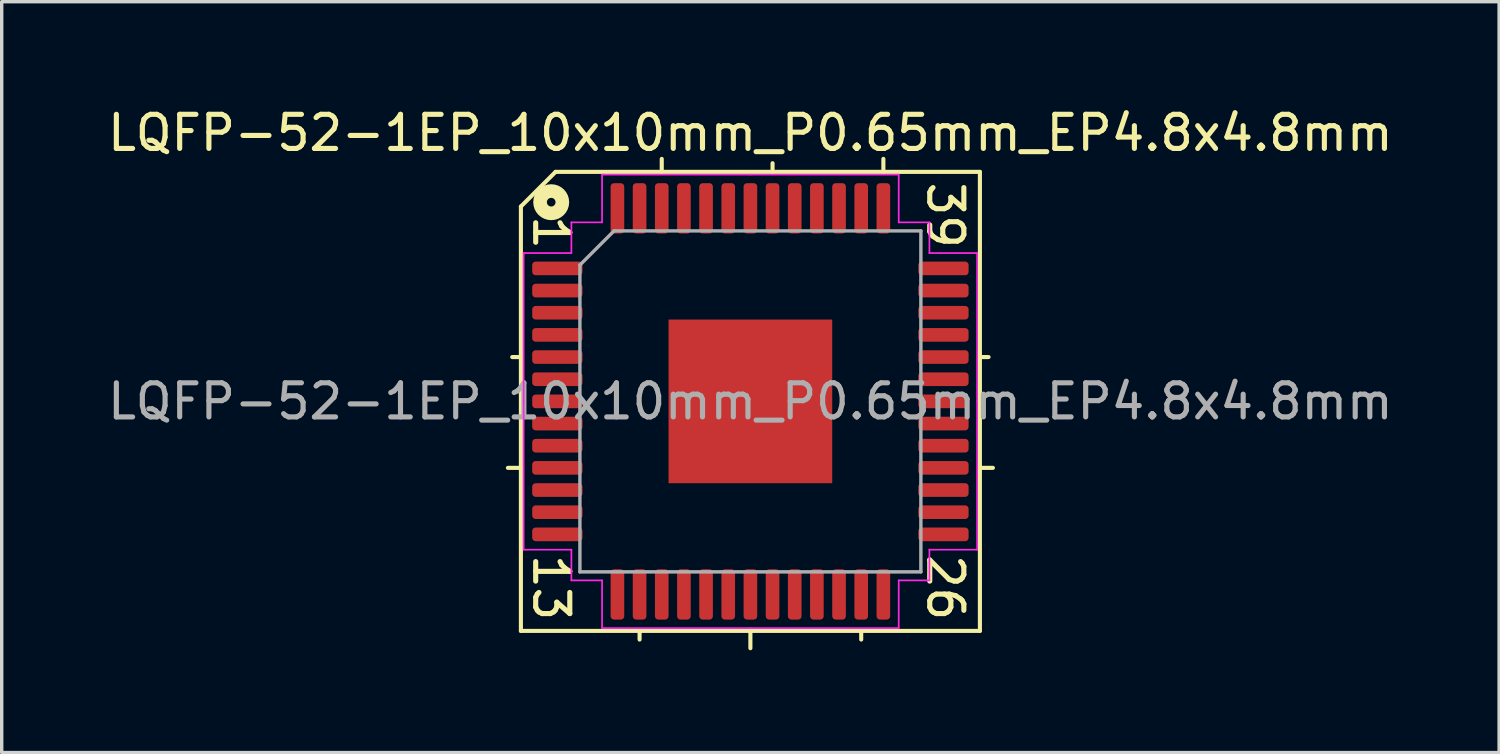
<source format=kicad_pcb>
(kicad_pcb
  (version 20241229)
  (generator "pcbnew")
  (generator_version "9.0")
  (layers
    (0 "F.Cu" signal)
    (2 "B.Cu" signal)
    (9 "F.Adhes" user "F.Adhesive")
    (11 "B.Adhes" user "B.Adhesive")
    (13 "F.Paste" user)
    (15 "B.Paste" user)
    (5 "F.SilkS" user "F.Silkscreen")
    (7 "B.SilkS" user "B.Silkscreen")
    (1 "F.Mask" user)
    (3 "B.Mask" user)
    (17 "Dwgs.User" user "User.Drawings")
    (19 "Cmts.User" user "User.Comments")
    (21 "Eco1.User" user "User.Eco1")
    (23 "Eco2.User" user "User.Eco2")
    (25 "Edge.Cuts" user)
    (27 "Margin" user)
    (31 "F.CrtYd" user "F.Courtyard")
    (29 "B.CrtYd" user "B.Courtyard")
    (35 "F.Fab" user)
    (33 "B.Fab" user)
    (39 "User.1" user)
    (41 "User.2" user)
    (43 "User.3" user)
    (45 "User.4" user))
  (footprint "LQFP-52-1EP_10x10mm_P0.65mm_EP4.8x4.8mm"
    (layer "F.Cu")
    (at 18.958 8.722)
    (property "Reference" "LQFP-52-1EP_10x10mm_P0.65mm_EP4.8x4.8mm" (at 0 -7.874 0) (layer "F.SilkS") (effects (font (size 1 1) (thickness 0.15))))
    (attr smd)
    (fp_line (start -6.731 -5.715) (end -6.731 6.731) (stroke (width 0.12) (type solid)) (layer "F.SilkS"))
    (fp_line (start -6.731 -1.3) (end -6.985 -1.3) (stroke (width 0.12) (type solid)) (layer "F.SilkS"))
    (fp_line (start -6.731 1.95) (end -7.112 1.95) (stroke (width 0.12) (type solid)) (layer "F.SilkS"))
    (fp_line (start -6.731 6.731) (end 6.731 6.731) (stroke (width 0.12) (type solid)) (layer "F.SilkS"))
    (fp_line (start -5.715 -6.731) (end -6.731 -5.715) (stroke (width 0.12) (type solid)) (layer "F.SilkS"))
    (fp_line (start -3.25 6.731) (end -3.25 6.985) (stroke (width 0.12) (type solid)) (layer "F.SilkS"))
    (fp_line (start -2.6 -6.731) (end -2.6 -7.112) (stroke (width 0.12) (type solid)) (layer "F.SilkS"))
    (fp_line (start 0 6.731) (end 0 7.239) (stroke (width 0.12) (type solid)) (layer "F.SilkS"))
    (fp_line (start 0.65 -6.731) (end 0.65 -6.985) (stroke (width 0.12) (type solid)) (layer "F.SilkS"))
    (fp_line (start 3.25 6.731) (end 3.25 6.985) (stroke (width 0.12) (type solid)) (layer "F.SilkS"))
    (fp_line (start 3.9 -6.731) (end 3.9 -7.112) (stroke (width 0.12) (type solid)) (layer "F.SilkS"))
    (fp_line (start 6.731 -6.731) (end -5.715 -6.731) (stroke (width 0.12) (type solid)) (layer "F.SilkS"))
    (fp_line (start 6.731 -1.3) (end 6.985 -1.3) (stroke (width 0.12) (type solid)) (layer "F.SilkS"))
    (fp_line (start 6.731 1.95) (end 7.112 1.95) (stroke (width 0.12) (type solid)) (layer "F.SilkS"))
    (fp_line (start 6.731 6.731) (end 6.731 -6.731) (stroke (width 0.12) (type solid)) (layer "F.SilkS"))
    (fp_circle (center -5.842 -5.842) (end -5.715 -5.842) (stroke (width 0.4) (type solid)) (fill no) (layer "F.SilkS"))
    (fp_line (start -6.65 -4.35) (end -6.65 0) (stroke (width 0.05) (type solid)) (layer "F.CrtYd"))
    (fp_line (start -6.65 4.35) (end -6.65 0) (stroke (width 0.05) (type solid)) (layer "F.CrtYd"))
    (fp_line (start -5.25 -5.25) (end -5.25 -4.35) (stroke (width 0.05) (type solid)) (layer "F.CrtYd"))
    (fp_line (start -5.25 -4.35) (end -6.65 -4.35) (stroke (width 0.05) (type solid)) (layer "F.CrtYd"))
    (fp_line (start -5.25 4.35) (end -6.65 4.35) (stroke (width 0.05) (type solid)) (layer "F.CrtYd"))
    (fp_line (start -5.25 5.25) (end -5.25 4.35) (stroke (width 0.05) (type solid)) (layer "F.CrtYd"))
    (fp_line (start -4.35 -6.65) (end -4.35 -5.25) (stroke (width 0.05) (type solid)) (layer "F.CrtYd"))
    (fp_line (start -4.35 -5.25) (end -5.25 -5.25) (stroke (width 0.05) (type solid)) (layer "F.CrtYd"))
    (fp_line (start -4.35 5.25) (end -5.25 5.25) (stroke (width 0.05) (type solid)) (layer "F.CrtYd"))
    (fp_line (start -4.35 6.65) (end -4.35 5.25) (stroke (width 0.05) (type solid)) (layer "F.CrtYd"))
    (fp_line (start 0 -6.65) (end -4.35 -6.65) (stroke (width 0.05) (type solid)) (layer "F.CrtYd"))
    (fp_line (start 0 -6.65) (end 4.35 -6.65) (stroke (width 0.05) (type solid)) (layer "F.CrtYd"))
    (fp_line (start 0 6.65) (end -4.35 6.65) (stroke (width 0.05) (type solid)) (layer "F.CrtYd"))
    (fp_line (start 0 6.65) (end 4.35 6.65) (stroke (width 0.05) (type solid)) (layer "F.CrtYd"))
    (fp_line (start 4.35 -6.65) (end 4.35 -5.25) (stroke (width 0.05) (type solid)) (layer "F.CrtYd"))
    (fp_line (start 4.35 -5.25) (end 5.25 -5.25) (stroke (width 0.05) (type solid)) (layer "F.CrtYd"))
    (fp_line (start 4.35 5.25) (end 5.25 5.25) (stroke (width 0.05) (type solid)) (layer "F.CrtYd"))
    (fp_line (start 4.35 6.65) (end 4.35 5.25) (stroke (width 0.05) (type solid)) (layer "F.CrtYd"))
    (fp_line (start 5.25 -5.25) (end 5.25 -4.35) (stroke (width 0.05) (type solid)) (layer "F.CrtYd"))
    (fp_line (start 5.25 -4.35) (end 6.65 -4.35) (stroke (width 0.05) (type solid)) (layer "F.CrtYd"))
    (fp_line (start 5.25 4.35) (end 6.65 4.35) (stroke (width 0.05) (type solid)) (layer "F.CrtYd"))
    (fp_line (start 5.25 5.25) (end 5.25 4.35) (stroke (width 0.05) (type solid)) (layer "F.CrtYd"))
    (fp_line (start 6.65 -4.35) (end 6.65 0) (stroke (width 0.05) (type solid)) (layer "F.CrtYd"))
    (fp_line (start 6.65 4.35) (end 6.65 0) (stroke (width 0.05) (type solid)) (layer "F.CrtYd"))
    (fp_line (start -5 -4) (end -4 -5) (stroke (width 0.1) (type solid)) (layer "F.Fab"))
    (fp_line (start -5 5) (end -5 -4) (stroke (width 0.1) (type solid)) (layer "F.Fab"))
    (fp_line (start -4 -5) (end 5 -5) (stroke (width 0.1) (type solid)) (layer "F.Fab"))
    (fp_line (start 5 -5) (end 5 5) (stroke (width 0.1) (type solid)) (layer "F.Fab"))
    (fp_line (start 5 5) (end -5 5) (stroke (width 0.1) (type solid)) (layer "F.Fab"))
    (fp_text user "26" (at 5.715 5.461 270) (unlocked yes) (layer "F.SilkS") (effects (font (size 1 1) (thickness 0.15))))
    (fp_text user "13" (at -5.842 5.461 270) (unlocked yes) (layer "F.SilkS") (effects (font (size 1 1) (thickness 0.15))))
    (fp_text user "39" (at 5.715 -5.461 270) (unlocked yes) (layer "F.SilkS") (effects (font (size 1 1) (thickness 0.15))))
    (fp_text user "1" (at -5.842 -4.953 270) (unlocked yes) (layer "F.SilkS") (effects (font (size 1 1) (thickness 0.15))))
    (fp_text user "${REFERENCE}" (at 0 0 0) (layer "F.Fab") (effects (font (size 1 1) (thickness 0.15))))
    (pad "" smd roundrect (at -1.6 -1.6) (size 1.29 1.29) (layers "F.Paste") (roundrect_rratio 0.194))
    (pad "" smd roundrect (at -1.6 0) (size 1.29 1.29) (layers "F.Paste") (roundrect_rratio 0.194))
    (pad "" smd roundrect (at -1.6 1.6) (size 1.29 1.29) (layers "F.Paste") (roundrect_rratio 0.194))
    (pad "" smd roundrect (at 0 -1.6) (size 1.29 1.29) (layers "F.Paste") (roundrect_rratio 0.194))
    (pad "" smd roundrect (at 0 0) (size 1.29 1.29) (layers "F.Paste") (roundrect_rratio 0.194))
    (pad "" smd roundrect (at 0 1.6) (size 1.29 1.29) (layers "F.Paste") (roundrect_rratio 0.194))
    (pad "" smd roundrect (at 1.6 -1.6) (size 1.29 1.29) (layers "F.Paste") (roundrect_rratio 0.194))
    (pad "" smd roundrect (at 1.6 0) (size 1.29 1.29) (layers "F.Paste") (roundrect_rratio 0.194))
    (pad "" smd roundrect (at 1.6 1.6) (size 1.29 1.29) (layers "F.Paste") (roundrect_rratio 0.194))
    (pad "1" smd roundrect (at -5.662 -3.9) (size 1.475 0.4) (layers "F.Cu" "F.Mask" "F.Paste") (roundrect_rratio 0.25))
    (pad "2" smd roundrect (at -5.662 -3.25) (size 1.475 0.4) (layers "F.Cu" "F.Mask" "F.Paste") (roundrect_rratio 0.25))
    (pad "3" smd roundrect (at -5.662 -2.6) (size 1.475 0.4) (layers "F.Cu" "F.Mask" "F.Paste") (roundrect_rratio 0.25))
    (pad "4" smd roundrect (at -5.662 -1.95) (size 1.475 0.4) (layers "F.Cu" "F.Mask" "F.Paste") (roundrect_rratio 0.25))
    (pad "5" smd roundrect (at -5.662 -1.3) (size 1.475 0.4) (layers "F.Cu" "F.Mask" "F.Paste") (roundrect_rratio 0.25))
    (pad "6" smd roundrect (at -5.662 -0.65) (size 1.475 0.4) (layers "F.Cu" "F.Mask" "F.Paste") (roundrect_rratio 0.25))
    (pad "7" smd roundrect (at -5.662 0) (size 1.475 0.4) (layers "F.Cu" "F.Mask" "F.Paste") (roundrect_rratio 0.25))
    (pad "8" smd roundrect (at -5.662 0.65) (size 1.475 0.4) (layers "F.Cu" "F.Mask" "F.Paste") (roundrect_rratio 0.25))
    (pad "9" smd roundrect (at -5.662 1.3) (size 1.475 0.4) (layers "F.Cu" "F.Mask" "F.Paste") (roundrect_rratio 0.25))
    (pad "10" smd roundrect (at -5.662 1.95) (size 1.475 0.4) (layers "F.Cu" "F.Mask" "F.Paste") (roundrect_rratio 0.25))
    (pad "11" smd roundrect (at -5.662 2.6) (size 1.475 0.4) (layers "F.Cu" "F.Mask" "F.Paste") (roundrect_rratio 0.25))
    (pad "12" smd roundrect (at -5.662 3.25) (size 1.475 0.4) (layers "F.Cu" "F.Mask" "F.Paste") (roundrect_rratio 0.25))
    (pad "13" smd roundrect (at -5.662 3.9) (size 1.475 0.4) (layers "F.Cu" "F.Mask" "F.Paste") (roundrect_rratio 0.25))
    (pad "14" smd roundrect (at -3.9 5.662) (size 0.4 1.475) (layers "F.Cu" "F.Mask" "F.Paste") (roundrect_rratio 0.25))
    (pad "15" smd roundrect (at -3.25 5.662) (size 0.4 1.475) (layers "F.Cu" "F.Mask" "F.Paste") (roundrect_rratio 0.25))
    (pad "16" smd roundrect (at -2.6 5.662) (size 0.4 1.475) (layers "F.Cu" "F.Mask" "F.Paste") (roundrect_rratio 0.25))
    (pad "17" smd roundrect (at -1.95 5.662) (size 0.4 1.475) (layers "F.Cu" "F.Mask" "F.Paste") (roundrect_rratio 0.25))
    (pad "18" smd roundrect (at -1.3 5.662) (size 0.4 1.475) (layers "F.Cu" "F.Mask" "F.Paste") (roundrect_rratio 0.25))
    (pad "19" smd roundrect (at -0.65 5.662) (size 0.4 1.475) (layers "F.Cu" "F.Mask" "F.Paste") (roundrect_rratio 0.25))
    (pad "20" smd roundrect (at 0 5.662) (size 0.4 1.475) (layers "F.Cu" "F.Mask" "F.Paste") (roundrect_rratio 0.25))
    (pad "21" smd roundrect (at 0.65 5.662) (size 0.4 1.475) (layers "F.Cu" "F.Mask" "F.Paste") (roundrect_rratio 0.25))
    (pad "22" smd roundrect (at 1.3 5.662) (size 0.4 1.475) (layers "F.Cu" "F.Mask" "F.Paste") (roundrect_rratio 0.25))
    (pad "23" smd roundrect (at 1.95 5.662) (size 0.4 1.475) (layers "F.Cu" "F.Mask" "F.Paste") (roundrect_rratio 0.25))
    (pad "24" smd roundrect (at 2.6 5.662) (size 0.4 1.475) (layers "F.Cu" "F.Mask" "F.Paste") (roundrect_rratio 0.25))
    (pad "25" smd roundrect (at 3.25 5.662) (size 0.4 1.475) (layers "F.Cu" "F.Mask" "F.Paste") (roundrect_rratio 0.25))
    (pad "26" smd roundrect (at 3.9 5.662) (size 0.4 1.475) (layers "F.Cu" "F.Mask" "F.Paste") (roundrect_rratio 0.25))
    (pad "27" smd roundrect (at 5.662 3.9) (size 1.475 0.4) (layers "F.Cu" "F.Mask" "F.Paste") (roundrect_rratio 0.25))
    (pad "28" smd roundrect (at 5.662 3.25) (size 1.475 0.4) (layers "F.Cu" "F.Mask" "F.Paste") (roundrect_rratio 0.25))
    (pad "29" smd roundrect (at 5.662 2.6) (size 1.475 0.4) (layers "F.Cu" "F.Mask" "F.Paste") (roundrect_rratio 0.25))
    (pad "30" smd roundrect (at 5.662 1.95) (size 1.475 0.4) (layers "F.Cu" "F.Mask" "F.Paste") (roundrect_rratio 0.25))
    (pad "31" smd roundrect (at 5.662 1.3) (size 1.475 0.4) (layers "F.Cu" "F.Mask" "F.Paste") (roundrect_rratio 0.25))
    (pad "32" smd roundrect (at 5.662 0.65) (size 1.475 0.4) (layers "F.Cu" "F.Mask" "F.Paste") (roundrect_rratio 0.25))
    (pad "33" smd roundrect (at 5.662 0) (size 1.475 0.4) (layers "F.Cu" "F.Mask" "F.Paste") (roundrect_rratio 0.25))
    (pad "34" smd roundrect (at 5.662 -0.65) (size 1.475 0.4) (layers "F.Cu" "F.Mask" "F.Paste") (roundrect_rratio 0.25))
    (pad "35" smd roundrect (at 5.662 -1.3) (size 1.475 0.4) (layers "F.Cu" "F.Mask" "F.Paste") (roundrect_rratio 0.25))
    (pad "36" smd roundrect (at 5.662 -1.95) (size 1.475 0.4) (layers "F.Cu" "F.Mask" "F.Paste") (roundrect_rratio 0.25))
    (pad "37" smd roundrect (at 5.662 -2.6) (size 1.475 0.4) (layers "F.Cu" "F.Mask" "F.Paste") (roundrect_rratio 0.25))
    (pad "38" smd roundrect (at 5.662 -3.25) (size 1.475 0.4) (layers "F.Cu" "F.Mask" "F.Paste") (roundrect_rratio 0.25))
    (pad "39" smd roundrect (at 5.662 -3.9) (size 1.475 0.4) (layers "F.Cu" "F.Mask" "F.Paste") (roundrect_rratio 0.25))
    (pad "40" smd roundrect (at 3.9 -5.662) (size 0.4 1.475) (layers "F.Cu" "F.Mask" "F.Paste") (roundrect_rratio 0.25))
    (pad "41" smd roundrect (at 3.25 -5.662) (size 0.4 1.475) (layers "F.Cu" "F.Mask" "F.Paste") (roundrect_rratio 0.25))
    (pad "42" smd roundrect (at 2.6 -5.662) (size 0.4 1.475) (layers "F.Cu" "F.Mask" "F.Paste") (roundrect_rratio 0.25))
    (pad "43" smd roundrect (at 1.95 -5.662) (size 0.4 1.475) (layers "F.Cu" "F.Mask" "F.Paste") (roundrect_rratio 0.25))
    (pad "44" smd roundrect (at 1.3 -5.662) (size 0.4 1.475) (layers "F.Cu" "F.Mask" "F.Paste") (roundrect_rratio 0.25))
    (pad "45" smd roundrect (at 0.65 -5.662) (size 0.4 1.475) (layers "F.Cu" "F.Mask" "F.Paste") (roundrect_rratio 0.25))
    (pad "46" smd roundrect (at 0 -5.662) (size 0.4 1.475) (layers "F.Cu" "F.Mask" "F.Paste") (roundrect_rratio 0.25))
    (pad "47" smd roundrect (at -0.65 -5.662) (size 0.4 1.475) (layers "F.Cu" "F.Mask" "F.Paste") (roundrect_rratio 0.25))
    (pad "48" smd roundrect (at -1.3 -5.662) (size 0.4 1.475) (layers "F.Cu" "F.Mask" "F.Paste") (roundrect_rratio 0.25))
    (pad "49" smd roundrect (at -1.95 -5.662) (size 0.4 1.475) (layers "F.Cu" "F.Mask" "F.Paste") (roundrect_rratio 0.25))
    (pad "50" smd roundrect (at -2.6 -5.662) (size 0.4 1.475) (layers "F.Cu" "F.Mask" "F.Paste") (roundrect_rratio 0.25))
    (pad "51" smd roundrect (at -3.25 -5.662) (size 0.4 1.475) (layers "F.Cu" "F.Mask" "F.Paste") (roundrect_rratio 0.25))
    (pad "52" smd roundrect (at -3.9 -5.662) (size 0.4 1.475) (layers "F.Cu" "F.Mask" "F.Paste") (roundrect_rratio 0.25))
    (pad "53" smd rect (at 0 0) (size 4.8 4.8) (layers "F.Cu" "F.Mask")))
  (gr_rect
    (start -3 -3)
    (end 40.917 19.021)
    (stroke (width 0.1) (type default))
    (fill no)
    (layer "Edge.Cuts")))
</source>
